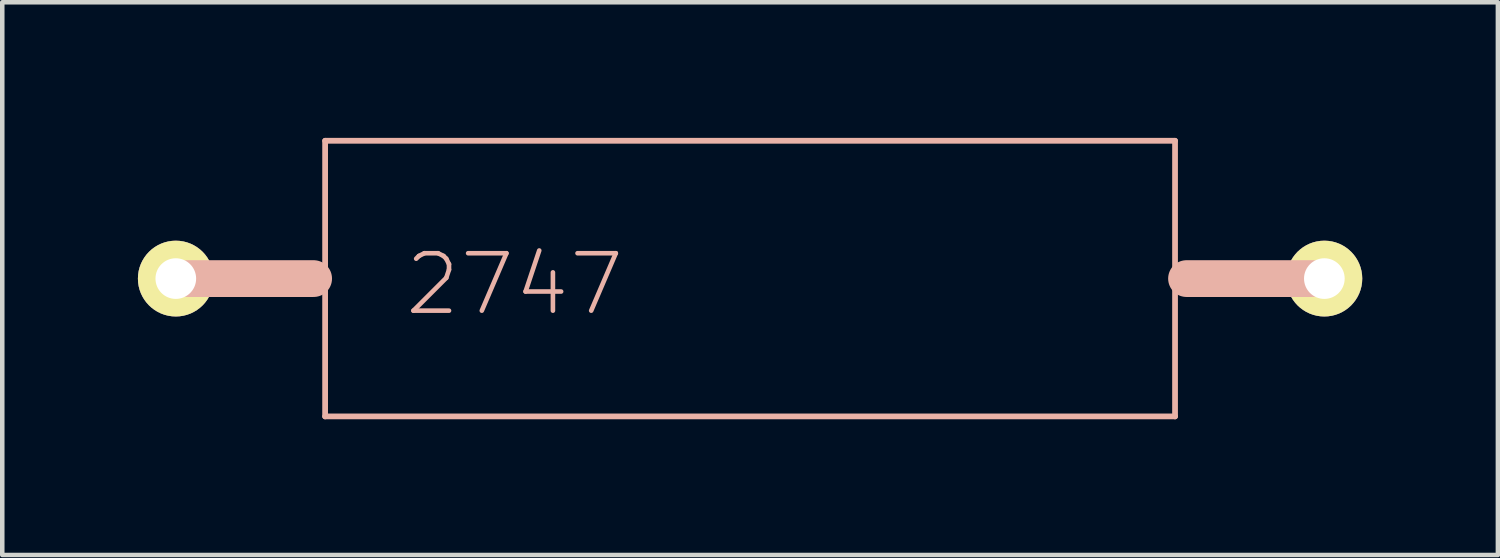
<source format=kicad_pcb>
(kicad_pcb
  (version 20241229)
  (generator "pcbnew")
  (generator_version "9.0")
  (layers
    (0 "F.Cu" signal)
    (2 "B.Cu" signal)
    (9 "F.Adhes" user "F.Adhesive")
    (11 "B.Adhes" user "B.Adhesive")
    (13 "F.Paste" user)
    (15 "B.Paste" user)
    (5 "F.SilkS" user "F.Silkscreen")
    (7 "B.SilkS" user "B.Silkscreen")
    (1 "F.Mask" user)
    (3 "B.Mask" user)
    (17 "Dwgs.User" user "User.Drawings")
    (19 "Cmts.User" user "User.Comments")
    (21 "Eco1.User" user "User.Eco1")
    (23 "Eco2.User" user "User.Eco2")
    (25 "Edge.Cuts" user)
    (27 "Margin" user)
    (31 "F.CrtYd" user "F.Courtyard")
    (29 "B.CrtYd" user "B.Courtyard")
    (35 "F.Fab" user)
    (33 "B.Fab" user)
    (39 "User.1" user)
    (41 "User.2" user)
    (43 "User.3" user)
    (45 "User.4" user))
  (footprint "2747"
    (layer "F.Cu")
    (at 13.538 3.111)
    (property "Reference" "2747" (at -5.207 0.127 0) (layer "B.SilkS") (effects (font (size 1.27 1.27) (thickness 0.102))))
    (attr exclude_from_pos_files exclude_from_bom)
    (fp_line (start -12.446 0) (end -9.652 0) (stroke (width 0.813) (type solid)) (layer "B.SilkS"))
    (fp_line (start -9.398 -3.048) (end 9.398 -3.048) (stroke (width 0.127) (type solid)) (layer "B.SilkS"))
    (fp_line (start -9.398 3.048) (end -9.398 -3.048) (stroke (width 0.127) (type solid)) (layer "B.SilkS"))
    (fp_line (start 9.398 -3.048) (end 9.398 3.048) (stroke (width 0.127) (type solid)) (layer "B.SilkS"))
    (fp_line (start 9.398 3.048) (end -9.398 3.048) (stroke (width 0.127) (type solid)) (layer "B.SilkS"))
    (fp_line (start 12.446 0) (end 9.652 0) (stroke (width 0.813) (type solid)) (layer "B.SilkS"))
    (pad "P$1" thru_hole circle (at -12.7 0) (size 1.676 1.676) (drill 0.899) (layers "*.Cu" "F.Mask" "F.SilkS" "F.Paste"))
    (pad "P$2" thru_hole circle (at 12.7 0) (size 1.676 1.676) (drill 0.899) (layers "*.Cu" "F.Mask" "F.SilkS" "F.Paste")))
  (gr_rect
    (start -3 -3)
    (end 30.076 9.223)
    (stroke (width 0.1) (type default))
    (fill no)
    (layer "Edge.Cuts")))
</source>
